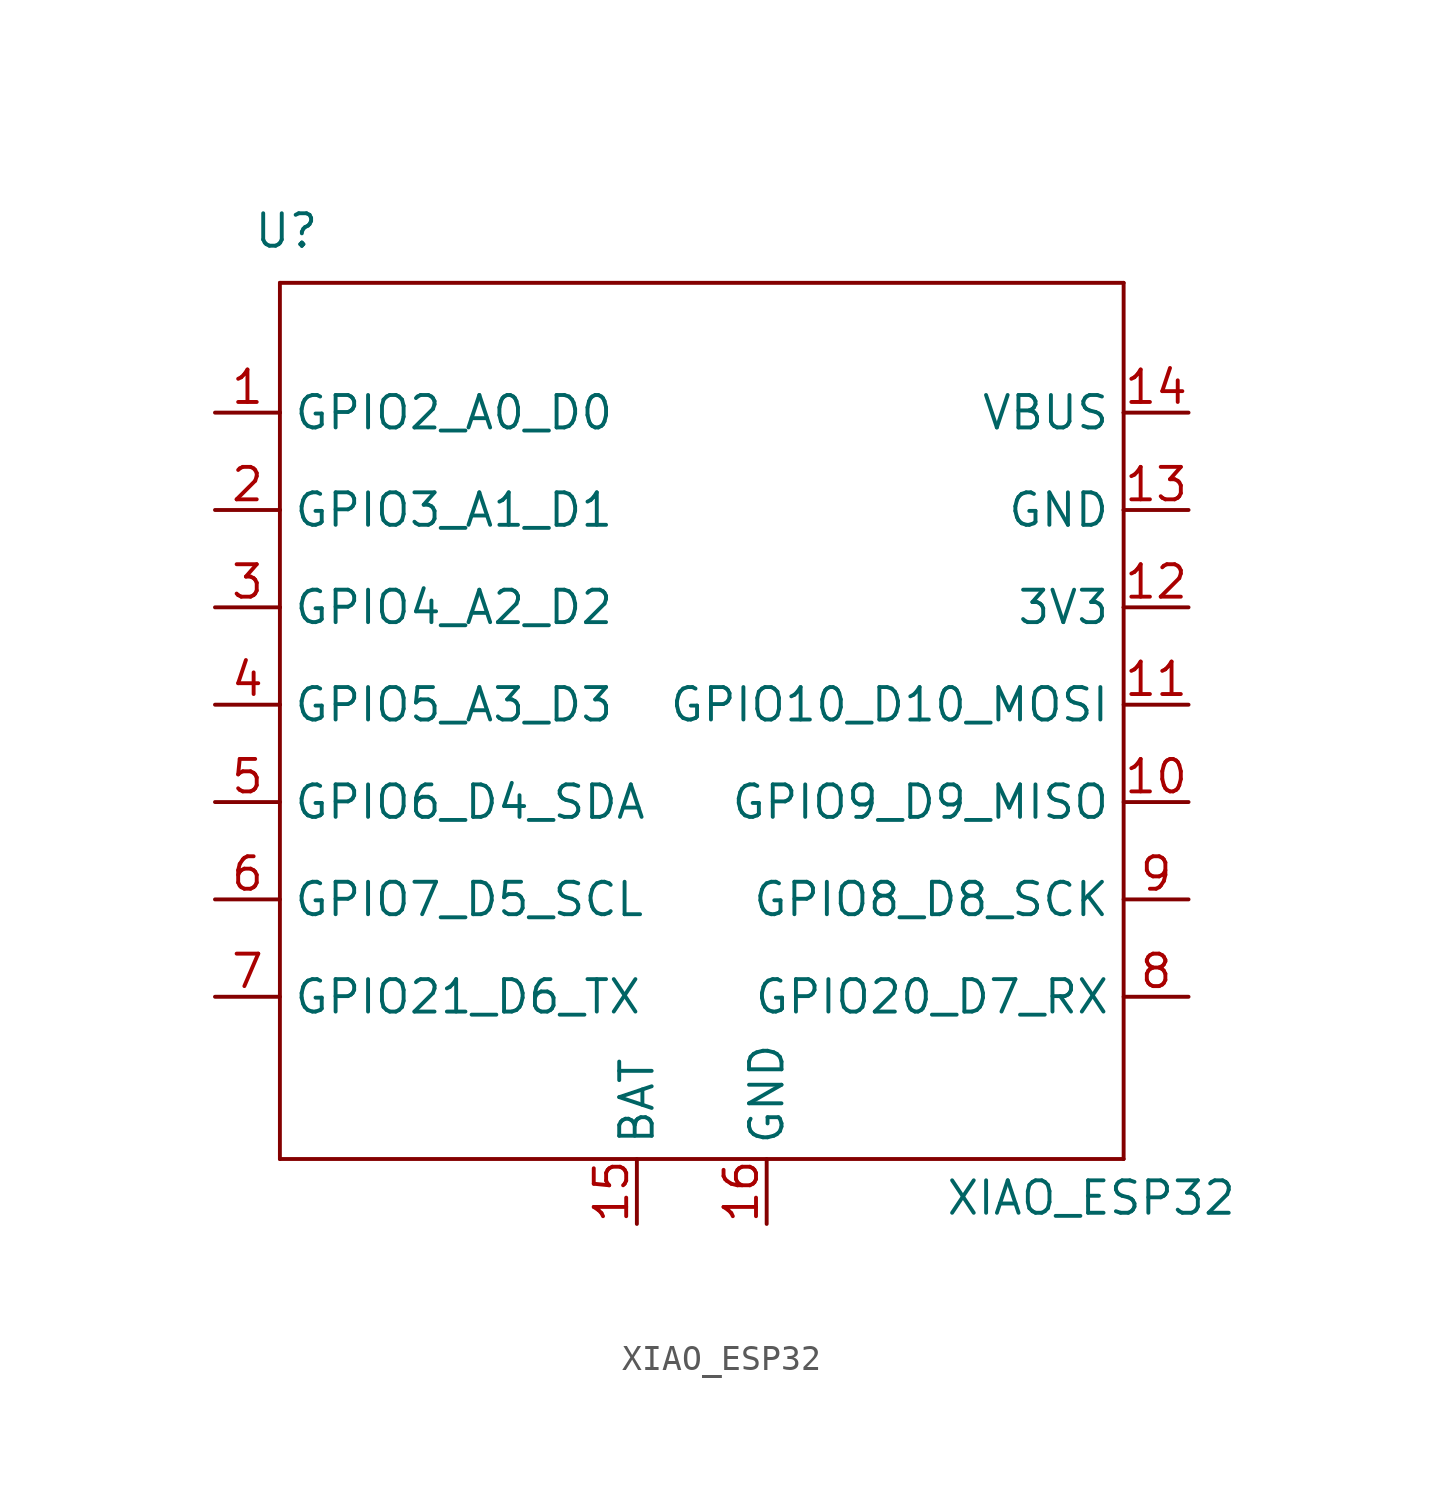
<source format=kicad_sym>
(kicad_symbol_lib
  (version 20241209)
  (generator "kicad_symbol_editor")
  (generator_version "9.0")
  (symbol "XIAO_ESP32"
    (property "Reference" "U"
      (at -16.256 19.812 0)
      (effects (font (size 1.27 1.27))))
    (property "Value" "XIAO_ESP32"
      (at 15.24 -18.034 0)
      (effects (font (size 1.27 1.27))))
    (symbol "XIAO_ESP32_1_0"
      (polyline (pts (xy -16.51 17.78) (xy 16.51 17.78)) (stroke (width 0.152) (type solid)) (fill (type none)))
      (polyline (pts (xy -16.51 12.7) (xy -16.51 17.78)) (stroke (width 0.152) (type solid)) (fill (type none)))
      (polyline (pts (xy -16.51 8.89) (xy -16.51 12.7)) (stroke (width 0.152) (type solid)) (fill (type none)))
      (polyline (pts (xy -16.51 5.08) (xy -16.51 8.89)) (stroke (width 0.152) (type solid)) (fill (type none)))
      (polyline (pts (xy -16.51 1.27) (xy -16.51 5.08)) (stroke (width 0.152) (type solid)) (fill (type none)))
      (polyline (pts (xy -16.51 -16.51) (xy -16.51 1.27)) (stroke (width 0.152) (type solid)) (fill (type none)))
      (polyline (pts (xy 16.51 17.78) (xy 16.51 12.7)) (stroke (width 0.152) (type solid)) (fill (type none)))
      (polyline (pts (xy 16.51 12.7) (xy 16.51 8.89)) (stroke (width 0.152) (type solid)) (fill (type none)))
      (polyline (pts (xy 16.51 8.89) (xy 16.51 5.08)) (stroke (width 0.152) (type solid)) (fill (type none)))
      (polyline (pts (xy 16.51 5.08) (xy 16.51 -16.51)) (stroke (width 0.152) (type solid)) (fill (type none)))
      (polyline (pts (xy 16.51 -16.51) (xy -16.51 -16.51)) (stroke (width 0.152) (type solid)) (fill (type none))))
    (symbol "XIAO_ESP32_1_1"
      (pin passive line (at -19.05 12.7 0) (length 2.54) (name "GPIO2_A0_D0" (effects (font (size 1.27 1.27)))) (number "1" (effects (font (size 1.27 1.27)))))
      (pin passive line (at -19.05 8.89 0) (length 2.54) (name "GPIO3_A1_D1" (effects (font (size 1.27 1.27)))) (number "2" (effects (font (size 1.27 1.27)))))
      (pin passive line (at -19.05 5.08 0) (length 2.54) (name "GPIO4_A2_D2" (effects (font (size 1.27 1.27)))) (number "3" (effects (font (size 1.27 1.27)))))
      (pin passive line (at -19.05 1.27 0) (length 2.54) (name "GPIO5_A3_D3" (effects (font (size 1.27 1.27)))) (number "4" (effects (font (size 1.27 1.27)))))
      (pin passive line (at -19.05 -2.54 0) (length 2.54) (name "GPIO6_D4_SDA" (effects (font (size 1.27 1.27)))) (number "5" (effects (font (size 1.27 1.27)))))
      (pin passive line (at -19.05 -6.35 0) (length 2.54) (name "GPIO7_D5_SCL" (effects (font (size 1.27 1.27)))) (number "6" (effects (font (size 1.27 1.27)))))
      (pin passive line (at -19.05 -10.16 0) (length 2.54) (name "GPIO21_D6_TX" (effects (font (size 1.27 1.27)))) (number "7" (effects (font (size 1.27 1.27)))))
      (pin passive line (at -2.54 -19.05 90) (length 2.54) (name "BAT" (effects (font (size 1.27 1.27)))) (number "15" (effects (font (size 1.27 1.27)))))
      (pin passive line (at 2.54 -19.05 90) (length 2.54) (name "GND" (effects (font (size 1.27 1.27)))) (number "16" (effects (font (size 1.27 1.27)))))
      (pin passive line (at 19.05 12.7 180) (length 2.54) (name "VBUS" (effects (font (size 1.27 1.27)))) (number "14" (effects (font (size 1.27 1.27)))))
      (pin passive line (at 19.05 8.89 180) (length 2.54) (name "GND" (effects (font (size 1.27 1.27)))) (number "13" (effects (font (size 1.27 1.27)))))
      (pin passive line (at 19.05 5.08 180) (length 2.54) (name "3V3" (effects (font (size 1.27 1.27)))) (number "12" (effects (font (size 1.27 1.27)))))
      (pin passive line (at 19.05 1.27 180) (length 2.54) (name "GPIO10_D10_MOSI" (effects (font (size 1.27 1.27)))) (number "11" (effects (font (size 1.27 1.27)))))
      (pin passive line (at 19.05 -2.54 180) (length 2.54) (name "GPIO9_D9_MISO" (effects (font (size 1.27 1.27)))) (number "10" (effects (font (size 1.27 1.27)))))
      (pin passive line (at 19.05 -6.35 180) (length 2.54) (name "GPIO8_D8_SCK" (effects (font (size 1.27 1.27)))) (number "9" (effects (font (size 1.27 1.27)))))
      (pin passive line (at 19.05 -10.16 180) (length 2.54) (name "GPIO20_D7_RX" (effects (font (size 1.27 1.27)))) (number "8" (effects (font (size 1.27 1.27))))))))
</source>
